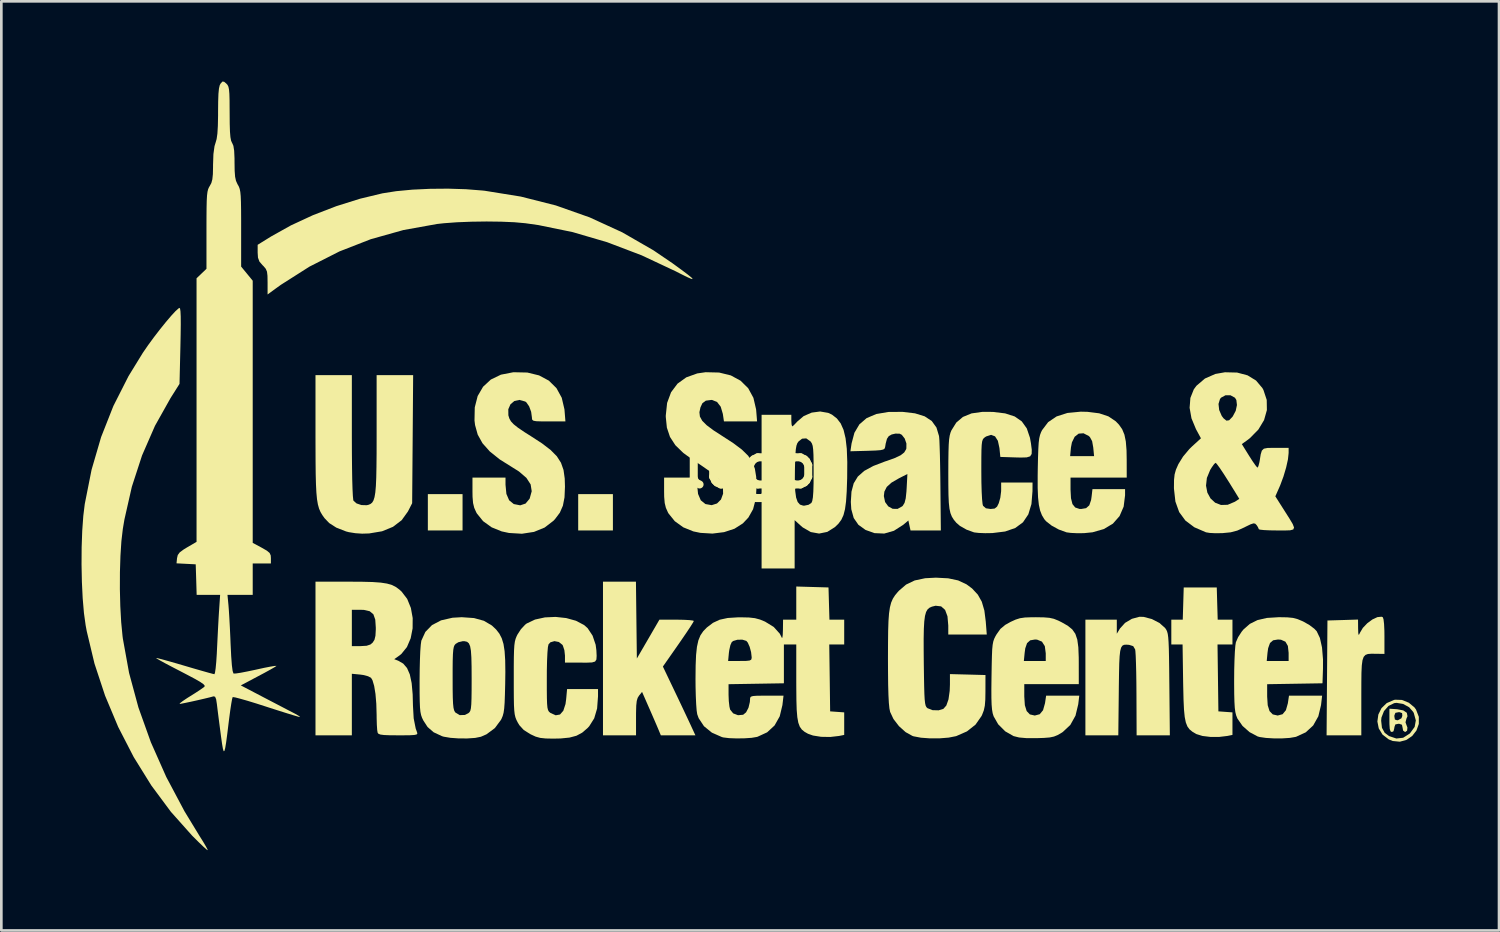
<source format=kicad_pcb>
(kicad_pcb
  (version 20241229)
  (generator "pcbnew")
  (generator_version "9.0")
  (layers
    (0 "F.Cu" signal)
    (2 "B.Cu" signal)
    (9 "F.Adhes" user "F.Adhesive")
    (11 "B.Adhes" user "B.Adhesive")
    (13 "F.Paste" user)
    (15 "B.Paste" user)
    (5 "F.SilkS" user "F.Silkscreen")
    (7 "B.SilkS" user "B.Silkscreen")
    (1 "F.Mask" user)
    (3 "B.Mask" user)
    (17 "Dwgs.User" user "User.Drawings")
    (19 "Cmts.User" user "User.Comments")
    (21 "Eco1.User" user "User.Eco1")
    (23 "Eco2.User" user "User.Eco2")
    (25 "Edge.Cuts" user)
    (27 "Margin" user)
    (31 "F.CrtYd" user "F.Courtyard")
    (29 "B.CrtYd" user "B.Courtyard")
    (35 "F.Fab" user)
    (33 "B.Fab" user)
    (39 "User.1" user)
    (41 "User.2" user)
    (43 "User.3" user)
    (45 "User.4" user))
  (footprint "logo"
    (layer "F.Cu")
    (at 25.005 14.382)
    (property "Reference" "logo" (at 0 0 0) (layer "F.SilkS") (effects (font (size 1.524 1.524) (thickness 0.3))))
    (attr board_only exclude_from_pos_files exclude_from_bom)
    (fp_poly (pts (xy -10.753 2.41) (xy -12.051 2.41) (xy -12.051 1.051) (xy -10.753 1.051)) (stroke (width 0) (type solid)) (fill yes) (layer "F.SilkS"))
    (fp_poly (pts (xy -5.129 2.41) (xy -6.427 2.41) (xy -6.427 1.051) (xy -5.129 1.051)) (stroke (width 0) (type solid)) (fill yes) (layer "F.SilkS"))
    (fp_poly (pts (xy 17.476 5.145) (xy 17.494 5.747) (xy 18.046 5.747) (xy 18.046 6.674) (xy 17.487 6.674) (xy 17.52 9.177) (xy 17.783 9.196) (xy 18.046 9.215) (xy 18.046 10.058) (xy 17.853 10.097) (xy 17.544 10.134) (xy 17.219 10.133) (xy 16.924 10.097) (xy 16.7 10.028) (xy 16.685 10.02) (xy 16.549 9.94) (xy 16.442 9.852) (xy 16.36 9.741) (xy 16.301 9.59) (xy 16.26 9.385) (xy 16.233 9.11) (xy 16.216 8.748) (xy 16.205 8.284) (xy 16.201 8.08) (xy 16.18 6.674) (xy 15.759 6.674) (xy 15.759 5.747) (xy 16.187 5.747) (xy 16.205 5.145) (xy 16.223 4.542) (xy 17.459 4.542)) (stroke (width 0) (type solid)) (fill yes) (layer "F.SilkS"))
    (fp_poly (pts (xy 23.668 5.654) (xy 23.696 5.731) (xy 23.717 5.908) (xy 23.729 6.163) (xy 23.731 6.361) (xy 23.731 7.028) (xy 23.398 7.023) (xy 23.238 7.022) (xy 23.113 7.031) (xy 23.02 7.066) (xy 22.954 7.139) (xy 22.91 7.265) (xy 22.884 7.458) (xy 22.871 7.732) (xy 22.867 8.1) (xy 22.866 8.576) (xy 22.866 8.629) (xy 22.866 10.073) (xy 21.567 10.073) (xy 21.599 5.778) (xy 22.171 5.761) (xy 22.743 5.743) (xy 22.746 6.07) (xy 22.752 6.249) (xy 22.765 6.318) (xy 22.791 6.291) (xy 22.812 6.242) (xy 22.923 6.055) (xy 23.089 5.881) (xy 23.28 5.74) (xy 23.468 5.652) (xy 23.624 5.637)) (stroke (width 0) (type solid)) (fill yes) (layer "F.SilkS"))
    (fp_poly (pts (xy -4.25 5.763) (xy -4.233 7.2) (xy -3.811 6.474) (xy -3.389 5.747) (xy -2.745 5.747) (xy -2.48 5.752) (xy -2.268 5.763) (xy -2.134 5.781) (xy -2.101 5.796) (xy -2.135 5.86) (xy -2.228 6.008) (xy -2.369 6.22) (xy -2.546 6.479) (xy -2.68 6.673) (xy -3.259 7.501) (xy -2.859 8.339) (xy -2.696 8.68) (xy -2.533 9.024) (xy -2.385 9.337) (xy -2.27 9.582) (xy -2.25 9.625) (xy -2.043 10.073) (xy -3.336 10.073) (xy -3.432 9.842) (xy -3.499 9.684) (xy -3.6 9.451) (xy -3.717 9.181) (xy -3.784 9.029) (xy -4.038 8.449) (xy -4.151 8.588) (xy -4.203 8.672) (xy -4.237 8.788) (xy -4.256 8.962) (xy -4.263 9.22) (xy -4.264 9.401) (xy -4.264 10.073) (xy -5.5 10.073) (xy -5.5 4.326) (xy -4.267 4.326)) (stroke (width 0) (type solid)) (fill yes) (layer "F.SilkS"))
    (fp_poly (pts (xy 24.204 9.097) (xy 24.436 9.141) (xy 24.568 9.231) (xy 24.593 9.359) (xy 24.555 9.445) (xy 24.519 9.586) (xy 24.54 9.646) (xy 24.591 9.785) (xy 24.578 9.901) (xy 24.505 9.95) (xy 24.504 9.95) (xy 24.429 9.896) (xy 24.411 9.795) (xy 24.386 9.678) (xy 24.285 9.642) (xy 24.257 9.641) (xy 24.139 9.666) (xy 24.103 9.767) (xy 24.102 9.795) (xy 24.07 9.92) (xy 24.009 9.95) (xy 23.959 9.925) (xy 23.93 9.834) (xy 23.918 9.654) (xy 23.917 9.514) (xy 23.917 9.367) (xy 24.102 9.367) (xy 24.122 9.483) (xy 24.204 9.51) (xy 24.241 9.506) (xy 24.366 9.436) (xy 24.4 9.347) (xy 24.392 9.243) (xy 24.304 9.21) (xy 24.261 9.208) (xy 24.141 9.232) (xy 24.103 9.328) (xy 24.102 9.367) (xy 23.917 9.367) (xy 23.917 9.078)) (stroke (width 0) (type solid)) (fill yes) (layer "F.SilkS"))
    (fp_poly (pts (xy 24.386 8.75) (xy 24.642 8.853) (xy 24.854 9.029) (xy 24.913 9.111) (xy 25.017 9.381) (xy 25.017 9.647) (xy 24.929 9.892) (xy 24.77 10.097) (xy 24.557 10.243) (xy 24.308 10.312) (xy 24.037 10.285) (xy 23.892 10.226) (xy 23.658 10.045) (xy 23.518 9.814) (xy 23.467 9.555) (xy 23.471 9.526) (xy 23.608 9.526) (xy 23.638 9.792) (xy 23.74 9.978) (xy 23.903 10.101) (xy 24.177 10.193) (xy 24.432 10.164) (xy 24.67 10.012) (xy 24.695 9.987) (xy 24.861 9.758) (xy 24.905 9.515) (xy 24.831 9.246) (xy 24.809 9.2) (xy 24.654 9.022) (xy 24.431 8.9) (xy 24.187 8.859) (xy 24.097 8.869) (xy 23.882 8.975) (xy 23.714 9.167) (xy 23.619 9.409) (xy 23.608 9.526) (xy 23.471 9.526) (xy 23.503 9.295) (xy 23.62 9.058) (xy 23.816 8.868) (xy 24.085 8.751) (xy 24.129 8.741)) (stroke (width 0) (type solid)) (fill yes) (layer "F.SilkS"))
    (fp_poly (pts (xy 14.717 5.642) (xy 15.031 5.724) (xy 15.316 5.871) (xy 15.526 6.059) (xy 15.539 6.076) (xy 15.575 6.131) (xy 15.603 6.195) (xy 15.626 6.282) (xy 15.643 6.407) (xy 15.656 6.584) (xy 15.666 6.826) (xy 15.673 7.148) (xy 15.679 7.564) (xy 15.684 8.087) (xy 15.685 8.162) (xy 15.704 10.073) (xy 14.461 10.073) (xy 14.455 8.544) (xy 14.452 8.113) (xy 14.446 7.717) (xy 14.437 7.373) (xy 14.427 7.102) (xy 14.415 6.922) (xy 14.406 6.86) (xy 14.333 6.737) (xy 14.184 6.69) (xy 14.181 6.689) (xy 14.075 6.682) (xy 13.991 6.688) (xy 13.927 6.721) (xy 13.88 6.795) (xy 13.847 6.922) (xy 13.825 7.116) (xy 13.811 7.389) (xy 13.803 7.754) (xy 13.796 8.225) (xy 13.794 8.433) (xy 13.776 10.073) (xy 12.545 10.073) (xy 12.545 5.747) (xy 13.72 5.747) (xy 13.72 6.273) (xy 13.841 6.074) (xy 14.029 5.867) (xy 14.285 5.715) (xy 14.563 5.64)) (stroke (width 0) (type solid)) (fill yes) (layer "F.SilkS"))
    (fp_poly (pts (xy -14.894 -1.108) (xy -14.892 -0.498) (xy -14.887 0.039) (xy -14.88 0.493) (xy -14.869 0.854) (xy -14.856 1.115) (xy -14.841 1.266) (xy -14.833 1.297) (xy -14.718 1.399) (xy -14.536 1.46) (xy -14.338 1.466) (xy -14.272 1.451) (xy -14.196 1.419) (xy -14.134 1.368) (xy -14.085 1.287) (xy -14.046 1.164) (xy -14.016 0.988) (xy -13.995 0.748) (xy -13.981 0.431) (xy -13.973 0.027) (xy -13.968 -0.476) (xy -13.967 -1.09) (xy -13.967 -1.203) (xy -13.967 -3.399) (xy -12.601 -3.399) (xy -12.619 -1.004) (xy -12.638 1.391) (xy -12.796 1.7) (xy -13.03 2.026) (xy -13.355 2.274) (xy -13.763 2.441) (xy -14.248 2.522) (xy -14.511 2.53) (xy -14.761 2.513) (xy -15.006 2.474) (xy -15.11 2.447) (xy -15.474 2.305) (xy -15.742 2.133) (xy -15.916 1.95) (xy -15.998 1.835) (xy -16.066 1.72) (xy -16.121 1.591) (xy -16.164 1.436) (xy -16.197 1.242) (xy -16.22 0.995) (xy -16.236 0.683) (xy -16.246 0.293) (xy -16.251 -0.188) (xy -16.253 -0.772) (xy -16.254 -1.122) (xy -16.254 -3.399) (xy -14.894 -3.399)) (stroke (width 0) (type solid)) (fill yes) (layer "F.SilkS"))
    (fp_poly (pts (xy -10.624 -10.354) (xy -10.004 -10.305) (xy -9.927 -10.297) (xy -8.574 -10.079) (xy -7.263 -9.747) (xy -5.997 -9.3) (xy -4.779 -8.741) (xy -3.614 -8.07) (xy -2.899 -7.584) (xy -2.559 -7.336) (xy -2.321 -7.157) (xy -2.182 -7.043) (xy -2.143 -6.992) (xy -2.202 -7.003) (xy -2.358 -7.071) (xy -2.611 -7.197) (xy -2.781 -7.284) (xy -4.055 -7.882) (xy -5.344 -8.372) (xy -6.635 -8.75) (xy -7.917 -9.013) (xy -8.405 -9.082) (xy -8.814 -9.119) (xy -9.309 -9.14) (xy -9.856 -9.147) (xy -10.418 -9.139) (xy -10.961 -9.118) (xy -11.447 -9.082) (xy -11.705 -9.054) (xy -12.966 -8.827) (xy -14.184 -8.485) (xy -15.356 -8.028) (xy -16.48 -7.458) (xy -17.552 -6.776) (xy -17.752 -6.632) (xy -18.046 -6.417) (xy -18.046 -6.874) (xy -18.05 -7.115) (xy -18.068 -7.269) (xy -18.113 -7.376) (xy -18.194 -7.473) (xy -18.231 -7.509) (xy -18.351 -7.647) (xy -18.405 -7.794) (xy -18.417 -7.981) (xy -18.417 -8.275) (xy -17.907 -8.591) (xy -17.171 -9.002) (xy -16.349 -9.383) (xy -15.475 -9.72) (xy -14.586 -9.999) (xy -13.751 -10.2) (xy -13.234 -10.281) (xy -12.629 -10.338) (xy -11.97 -10.369) (xy -11.291 -10.375)) (stroke (width 0) (type solid)) (fill yes) (layer "F.SilkS"))
    (fp_poly (pts (xy -21.32 -5.889) (xy -21.304 -5.785) (xy -21.295 -5.593) (xy -21.293 -5.305) (xy -21.298 -4.911) (xy -21.306 -4.506) (xy -21.34 -3.073) (xy -21.676 -2.541) (xy -22.258 -1.504) (xy -22.741 -0.397) (xy -23.123 0.774) (xy -23.401 2.001) (xy -23.46 2.348) (xy -23.514 2.81) (xy -23.55 3.362) (xy -23.569 3.973) (xy -23.571 4.61) (xy -23.555 5.243) (xy -23.522 5.839) (xy -23.471 6.366) (xy -23.459 6.458) (xy -23.227 7.738) (xy -22.877 9.032) (xy -22.412 10.332) (xy -21.836 11.63) (xy -21.153 12.916) (xy -20.594 13.834) (xy -20.456 14.054) (xy -20.351 14.232) (xy -20.292 14.345) (xy -20.285 14.373) (xy -20.334 14.34) (xy -20.452 14.234) (xy -20.623 14.07) (xy -20.829 13.865) (xy -20.868 13.826) (xy -21.662 12.935) (xy -22.394 11.949) (xy -23.054 10.886) (xy -23.634 9.76) (xy -24.125 8.589) (xy -24.521 7.389) (xy -24.811 6.175) (xy -24.851 5.96) (xy -24.915 5.499) (xy -24.962 4.946) (xy -24.992 4.332) (xy -25.005 3.686) (xy -25.001 3.04) (xy -24.979 2.423) (xy -24.939 1.866) (xy -24.885 1.424) (xy -24.629 0.136) (xy -24.273 -1.083) (xy -23.814 -2.246) (xy -23.247 -3.364) (xy -22.713 -4.233) (xy -22.517 -4.518) (xy -22.298 -4.817) (xy -22.07 -5.113) (xy -21.849 -5.387) (xy -21.649 -5.622) (xy -21.485 -5.799) (xy -21.371 -5.9) (xy -21.343 -5.916)) (stroke (width 0) (type solid)) (fill yes) (layer "F.SilkS"))
    (fp_poly (pts (xy 2.925 -1.988) (xy 3.066 -1.922) (xy 3.248 -1.78) (xy 3.391 -1.595) (xy 3.499 -1.352) (xy 3.574 -1.039) (xy 3.62 -0.643) (xy 3.638 -0.151) (xy 3.634 0.449) (xy 3.633 0.474) (xy 3.617 0.952) (xy 3.592 1.326) (xy 3.553 1.614) (xy 3.496 1.836) (xy 3.416 2.01) (xy 3.308 2.156) (xy 3.178 2.283) (xy 2.89 2.464) (xy 2.584 2.526) (xy 2.273 2.47) (xy 1.972 2.296) (xy 1.909 2.242) (xy 1.669 2.025) (xy 1.669 3.832) (xy 0.433 3.832) (xy 0.433 0.58) (xy 1.676 0.58) (xy 1.69 0.928) (xy 1.724 1.179) (xy 1.783 1.346) (xy 1.869 1.443) (xy 1.985 1.481) (xy 2.029 1.483) (xy 2.19 1.45) (xy 2.295 1.381) (xy 2.328 1.308) (xy 2.352 1.173) (xy 2.368 0.96) (xy 2.377 0.655) (xy 2.379 0.244) (xy 2.378 -0.142) (xy 2.373 -0.423) (xy 2.362 -0.621) (xy 2.344 -0.754) (xy 2.315 -0.842) (xy 2.275 -0.905) (xy 2.262 -0.921) (xy 2.104 -1.034) (xy 1.948 -1.023) (xy 1.817 -0.921) (xy 1.77 -0.855) (xy 1.737 -0.764) (xy 1.713 -0.626) (xy 1.697 -0.421) (xy 1.686 -0.127) (xy 1.68 0.122) (xy 1.676 0.58) (xy 0.433 0.58) (xy 0.433 -1.916) (xy 1.545 -1.916) (xy 1.545 -1.7) (xy 1.554 -1.556) (xy 1.575 -1.485) (xy 1.58 -1.483) (xy 1.638 -1.526) (xy 1.739 -1.632) (xy 1.765 -1.661) (xy 2.009 -1.869) (xy 2.307 -1.998) (xy 2.623 -2.04)) (stroke (width 0) (type solid)) (fill yes) (layer "F.SilkS"))
    (fp_poly (pts (xy 12.624 -2.027) (xy 13.061 -1.972) (xy 13.406 -1.857) (xy 13.68 -1.673) (xy 13.802 -1.546) (xy 13.922 -1.374) (xy 14.005 -1.173) (xy 14.057 -0.919) (xy 14.084 -0.587) (xy 14.09 -0.232) (xy 14.091 0.433) (xy 11.989 0.433) (xy 11.989 0.882) (xy 12.006 1.205) (xy 12.061 1.424) (xy 12.164 1.551) (xy 12.321 1.604) (xy 12.387 1.607) (xy 12.571 1.576) (xy 12.69 1.471) (xy 12.758 1.273) (xy 12.777 1.143) (xy 12.809 0.865) (xy 14.029 0.865) (xy 14.029 1.097) (xy 13.976 1.519) (xy 13.823 1.873) (xy 13.574 2.155) (xy 13.235 2.358) (xy 12.811 2.479) (xy 12.492 2.511) (xy 12.235 2.513) (xy 12.002 2.502) (xy 11.842 2.481) (xy 11.835 2.479) (xy 11.551 2.376) (xy 11.284 2.23) (xy 11.075 2.066) (xy 11.009 1.99) (xy 10.919 1.84) (xy 10.851 1.665) (xy 10.804 1.448) (xy 10.774 1.171) (xy 10.76 0.816) (xy 10.76 0.365) (xy 10.764 0.083) (xy 10.773 -0.331) (xy 10.775 -0.371) (xy 11.974 -0.371) (xy 12.87 -0.371) (xy 12.839 -0.691) (xy 12.797 -0.929) (xy 12.715 -1.081) (xy 12.67 -1.124) (xy 12.474 -1.225) (xy 12.294 -1.212) (xy 12.144 -1.095) (xy 12.041 -0.885) (xy 12.004 -0.691) (xy 11.974 -0.371) (xy 10.775 -0.371) (xy 10.784 -0.642) (xy 10.798 -0.87) (xy 10.819 -1.037) (xy 10.848 -1.162) (xy 10.887 -1.267) (xy 10.926 -1.344) (xy 11.151 -1.641) (xy 11.467 -1.855) (xy 11.873 -1.985) (xy 12.371 -2.033)) (stroke (width 0) (type solid)) (fill yes) (layer "F.SilkS"))
    (fp_poly (pts (xy -14.511 4.329) (xy -14.119 4.339) (xy -13.814 4.361) (xy -13.579 4.397) (xy -13.395 4.45) (xy -13.246 4.525) (xy -13.112 4.625) (xy -13.035 4.695) (xy -12.824 4.97) (xy -12.686 5.309) (xy -12.618 5.686) (xy -12.621 6.073) (xy -12.693 6.443) (xy -12.833 6.771) (xy -13.041 7.029) (xy -13.116 7.089) (xy -13.309 7.225) (xy -13.159 7.283) (xy -12.973 7.39) (xy -12.83 7.556) (xy -12.726 7.794) (xy -12.657 8.118) (xy -12.619 8.54) (xy -12.608 8.961) (xy -12.581 9.438) (xy -12.506 9.816) (xy -12.453 9.965) (xy -12.444 10.011) (xy -12.472 10.042) (xy -12.558 10.06) (xy -12.719 10.07) (xy -12.976 10.073) (xy -13.15 10.073) (xy -13.472 10.071) (xy -13.691 10.062) (xy -13.827 10.044) (xy -13.901 10.014) (xy -13.929 9.976) (xy -13.946 9.873) (xy -13.959 9.68) (xy -13.966 9.432) (xy -13.967 9.311) (xy -13.979 8.895) (xy -14.01 8.526) (xy -14.059 8.225) (xy -14.123 8.011) (xy -14.177 7.921) (xy -14.289 7.863) (xy -14.471 7.816) (xy -14.58 7.801) (xy -14.894 7.771) (xy -14.894 10.073) (xy -16.254 10.073) (xy -16.254 5.377) (xy -14.894 5.377) (xy -14.894 6.736) (xy -14.564 6.736) (xy -14.341 6.723) (xy -14.199 6.676) (xy -14.116 6.606) (xy -14.048 6.501) (xy -14.011 6.349) (xy -13.998 6.118) (xy -13.998 6.044) (xy -14.018 5.745) (xy -14.088 5.547) (xy -14.225 5.432) (xy -14.443 5.382) (xy -14.592 5.377) (xy -14.894 5.377) (xy -16.254 5.377) (xy -16.254 4.326) (xy -15.009 4.326)) (stroke (width 0) (type solid)) (fill yes) (layer "F.SilkS"))
    (fp_poly (pts (xy 9.087 -2.024) (xy 9.544 -1.969) (xy 9.9 -1.854) (xy 10.165 -1.67) (xy 10.352 -1.408) (xy 10.471 -1.058) (xy 10.508 -0.852) (xy 10.539 -0.609) (xy 10.535 -0.451) (xy 10.478 -0.362) (xy 10.348 -0.323) (xy 10.126 -0.317) (xy 9.927 -0.322) (xy 9.363 -0.34) (xy 9.33 -0.671) (xy 9.271 -0.944) (xy 9.165 -1.11) (xy 9.018 -1.166) (xy 8.834 -1.107) (xy 8.789 -1.078) (xy 8.742 -1.04) (xy 8.707 -0.991) (xy 8.682 -0.914) (xy 8.666 -0.789) (xy 8.657 -0.601) (xy 8.653 -0.33) (xy 8.652 0.04) (xy 8.652 0.193) (xy 8.655 0.607) (xy 8.665 0.961) (xy 8.68 1.239) (xy 8.699 1.422) (xy 8.716 1.487) (xy 8.823 1.581) (xy 8.997 1.607) (xy 9.151 1.591) (xy 9.241 1.519) (xy 9.304 1.392) (xy 9.362 1.189) (xy 9.392 0.953) (xy 9.394 0.898) (xy 9.394 0.618) (xy 10.568 0.618) (xy 10.566 0.942) (xy 10.527 1.423) (xy 10.41 1.809) (xy 10.21 2.105) (xy 9.923 2.317) (xy 9.543 2.449) (xy 9.065 2.508) (xy 9.059 2.508) (xy 8.796 2.512) (xy 8.559 2.503) (xy 8.392 2.484) (xy 8.374 2.48) (xy 8.099 2.38) (xy 7.855 2.242) (xy 7.717 2.123) (xy 7.622 2.008) (xy 7.55 1.893) (xy 7.497 1.76) (xy 7.46 1.592) (xy 7.436 1.369) (xy 7.423 1.075) (xy 7.418 0.692) (xy 7.417 0.266) (xy 7.419 -0.189) (xy 7.424 -0.539) (xy 7.433 -0.801) (xy 7.447 -0.995) (xy 7.469 -1.138) (xy 7.499 -1.249) (xy 7.532 -1.331) (xy 7.715 -1.625) (xy 7.963 -1.836) (xy 8.288 -1.969) (xy 8.698 -2.027)) (stroke (width 0) (type solid)) (fill yes) (layer "F.SilkS"))
    (fp_poly (pts (xy 20.097 5.66) (xy 20.307 5.681) (xy 20.483 5.727) (xy 20.669 5.805) (xy 20.717 5.829) (xy 20.928 5.95) (xy 21.109 6.087) (xy 21.197 6.18) (xy 21.317 6.432) (xy 21.396 6.787) (xy 21.433 7.232) (xy 21.432 7.582) (xy 21.414 8.127) (xy 20.379 8.144) (xy 19.344 8.161) (xy 19.344 8.623) (xy 19.365 8.948) (xy 19.433 9.167) (xy 19.554 9.291) (xy 19.734 9.332) (xy 19.741 9.332) (xy 19.921 9.284) (xy 20.045 9.134) (xy 20.118 8.877) (xy 20.119 8.868) (xy 20.161 8.59) (xy 21.4 8.59) (xy 21.359 8.942) (xy 21.258 9.363) (xy 21.066 9.704) (xy 20.788 9.961) (xy 20.428 10.127) (xy 20.401 10.134) (xy 20.188 10.17) (xy 19.905 10.188) (xy 19.595 10.188) (xy 19.301 10.171) (xy 19.066 10.137) (xy 18.988 10.115) (xy 18.687 9.955) (xy 18.423 9.722) (xy 18.236 9.453) (xy 18.226 9.432) (xy 18.184 9.326) (xy 18.154 9.204) (xy 18.133 9.044) (xy 18.12 8.829) (xy 18.112 8.536) (xy 18.109 8.146) (xy 18.109 8.003) (xy 18.112 7.617) (xy 18.121 7.292) (xy 19.328 7.292) (xy 20.147 7.292) (xy 20.147 6.988) (xy 20.119 6.73) (xy 20.027 6.571) (xy 19.861 6.497) (xy 19.748 6.489) (xy 19.567 6.519) (xy 19.45 6.621) (xy 19.381 6.814) (xy 19.357 6.986) (xy 19.328 7.292) (xy 18.121 7.292) (xy 18.122 7.258) (xy 18.136 6.951) (xy 18.154 6.72) (xy 18.174 6.593) (xy 18.257 6.403) (xy 18.39 6.197) (xy 18.455 6.117) (xy 18.696 5.905) (xy 18.982 5.763) (xy 19.335 5.682) (xy 19.779 5.655) (xy 19.807 5.655)) (stroke (width 0) (type solid)) (fill yes) (layer "F.SilkS"))
    (fp_poly (pts (xy -1.157 -3.497) (xy -0.719 -3.39) (xy -0.354 -3.192) (xy -0.069 -2.911) (xy 0.127 -2.551) (xy 0.227 -2.12) (xy 0.232 -2.068) (xy 0.264 -1.669) (xy -0.975 -1.669) (xy -1.017 -1.951) (xy -1.096 -2.218) (xy -1.232 -2.395) (xy -1.415 -2.47) (xy -1.447 -2.472) (xy -1.654 -2.445) (xy -1.782 -2.348) (xy -1.854 -2.194) (xy -1.893 -2.013) (xy -1.875 -1.851) (xy -1.788 -1.693) (xy -1.621 -1.526) (xy -1.363 -1.333) (xy -1.042 -1.126) (xy -0.623 -0.854) (xy -0.305 -0.615) (xy -0.073 -0.388) (xy 0.085 -0.156) (xy 0.182 0.103) (xy 0.231 0.405) (xy 0.245 0.771) (xy 0.245 0.773) (xy 0.214 1.238) (xy 0.114 1.616) (xy -0.061 1.927) (xy -0.267 2.145) (xy -0.58 2.345) (xy -0.969 2.473) (xy -1.405 2.527) (xy -1.858 2.5) (xy -2.121 2.445) (xy -2.496 2.293) (xy -2.815 2.063) (xy -3.047 1.776) (xy -3.07 1.736) (xy -3.147 1.564) (xy -3.191 1.384) (xy -3.211 1.152) (xy -3.214 0.948) (xy -3.214 0.433) (xy -1.978 0.433) (xy -1.978 0.701) (xy -1.944 1.043) (xy -1.842 1.282) (xy -1.671 1.42) (xy -1.666 1.423) (xy -1.434 1.464) (xy -1.235 1.401) (xy -1.086 1.252) (xy -1.007 1.035) (xy -1.013 0.785) (xy -1.058 0.65) (xy -1.148 0.514) (xy -1.297 0.365) (xy -1.519 0.189) (xy -1.827 -0.025) (xy -2.084 -0.193) (xy -2.493 -0.487) (xy -2.793 -0.779) (xy -2.994 -1.089) (xy -3.11 -1.435) (xy -3.151 -1.836) (xy -3.151 -1.889) (xy -3.101 -2.361) (xy -2.953 -2.76) (xy -2.712 -3.081) (xy -2.384 -3.317) (xy -1.973 -3.464) (xy -1.66 -3.509)) (stroke (width 0) (type solid)) (fill yes) (layer "F.SilkS"))
    (fp_poly (pts (xy 6.171 -1.971) (xy 6.533 -1.859) (xy 6.798 -1.684) (xy 6.974 -1.44) (xy 7.069 -1.123) (xy 7.074 -1.084) (xy 7.084 -0.955) (xy 7.093 -0.722) (xy 7.103 -0.405) (xy 7.111 -0.023) (xy 7.118 0.404) (xy 7.122 0.788) (xy 7.138 2.41) (xy 6.004 2.41) (xy 5.963 2.224) (xy 5.923 2.037) (xy 5.727 2.202) (xy 5.383 2.422) (xy 5.021 2.526) (xy 4.653 2.51) (xy 4.32 2.39) (xy 4.054 2.198) (xy 3.879 1.945) (xy 3.788 1.616) (xy 3.771 1.342) (xy 3.785 1.124) (xy 5.006 1.124) (xy 5.052 1.346) (xy 5.171 1.509) (xy 5.336 1.6) (xy 5.519 1.604) (xy 5.693 1.507) (xy 5.718 1.481) (xy 5.781 1.376) (xy 5.824 1.21) (xy 5.851 0.957) (xy 5.859 0.827) (xy 5.887 0.299) (xy 5.573 0.458) (xy 5.292 0.621) (xy 5.115 0.781) (xy 5.026 0.956) (xy 5.006 1.124) (xy 3.785 1.124) (xy 3.795 0.959) (xy 3.878 0.648) (xy 4.033 0.394) (xy 4.272 0.182) (xy 4.608 -0.001) (xy 5.054 -0.172) (xy 5.099 -0.186) (xy 5.418 -0.3) (xy 5.635 -0.403) (xy 5.768 -0.508) (xy 5.838 -0.625) (xy 5.848 -0.658) (xy 5.85 -0.843) (xy 5.786 -1.029) (xy 5.677 -1.168) (xy 5.598 -1.209) (xy 5.44 -1.213) (xy 5.299 -1.18) (xy 5.192 -1.12) (xy 5.123 -1.019) (xy 5.076 -0.844) (xy 5.054 -0.711) (xy 5.036 -0.655) (xy 4.985 -0.618) (xy 4.881 -0.594) (xy 4.7 -0.58) (xy 4.419 -0.57) (xy 4.395 -0.569) (xy 3.755 -0.552) (xy 3.799 -0.846) (xy 3.905 -1.244) (xy 4.091 -1.559) (xy 4.362 -1.792) (xy 4.722 -1.945) (xy 5.174 -2.022) (xy 5.705 -2.026)) (stroke (width 0) (type solid)) (fill yes) (layer "F.SilkS"))
    (fp_poly (pts (xy 10.99 5.661) (xy 11.199 5.678) (xy 11.365 5.715) (xy 11.53 5.781) (xy 11.655 5.843) (xy 11.885 5.974) (xy 12.053 6.111) (xy 12.169 6.277) (xy 12.242 6.493) (xy 12.281 6.78) (xy 12.296 7.161) (xy 12.297 7.339) (xy 12.298 8.158) (xy 10.259 8.158) (xy 10.259 8.621) (xy 10.28 8.946) (xy 10.348 9.166) (xy 10.468 9.291) (xy 10.647 9.332) (xy 10.656 9.332) (xy 10.837 9.284) (xy 10.961 9.134) (xy 11.033 8.877) (xy 11.035 8.868) (xy 11.076 8.59) (xy 12.316 8.59) (xy 12.277 8.913) (xy 12.175 9.337) (xy 11.981 9.685) (xy 11.698 9.95) (xy 11.653 9.979) (xy 11.504 10.065) (xy 11.368 10.12) (xy 11.211 10.153) (xy 10.997 10.17) (xy 10.729 10.179) (xy 10.348 10.179) (xy 10.066 10.154) (xy 9.861 10.103) (xy 9.858 10.102) (xy 9.544 9.923) (xy 9.282 9.66) (xy 9.112 9.361) (xy 9.077 9.25) (xy 9.053 9.11) (xy 9.037 8.925) (xy 9.029 8.674) (xy 9.028 8.339) (xy 9.033 7.901) (xy 9.034 7.843) (xy 9.041 7.417) (xy 9.044 7.292) (xy 10.243 7.292) (xy 11.062 7.292) (xy 11.062 7.004) (xy 11.027 6.737) (xy 10.92 6.569) (xy 10.738 6.494) (xy 10.659 6.489) (xy 10.48 6.52) (xy 10.363 6.624) (xy 10.296 6.819) (xy 10.273 6.986) (xy 10.243 7.292) (xy 9.044 7.292) (xy 9.049 7.096) (xy 9.059 6.859) (xy 9.076 6.687) (xy 9.1 6.561) (xy 9.134 6.461) (xy 9.18 6.368) (xy 9.224 6.293) (xy 9.368 6.091) (xy 9.548 5.941) (xy 9.749 5.829) (xy 9.934 5.745) (xy 10.098 5.693) (xy 10.283 5.666) (xy 10.528 5.657) (xy 10.698 5.656)) (stroke (width 0) (type solid)) (fill yes) (layer "F.SilkS"))
    (fp_poly (pts (xy -6.875 5.687) (xy -6.51 5.788) (xy -6.209 5.947) (xy -6.075 6.064) (xy -5.889 6.345) (xy -5.774 6.685) (xy -5.747 6.891) (xy -5.737 7.103) (xy -5.746 7.238) (xy -5.796 7.314) (xy -5.909 7.347) (xy -6.105 7.355) (xy -6.335 7.354) (xy -6.922 7.354) (xy -6.922 7.09) (xy -6.944 6.889) (xy -7 6.719) (xy -7.018 6.688) (xy -7.151 6.582) (xy -7.316 6.55) (xy -7.467 6.594) (xy -7.537 6.67) (xy -7.56 6.774) (xy -7.578 6.984) (xy -7.592 7.283) (xy -7.6 7.655) (xy -7.601 7.965) (xy -7.601 8.373) (xy -7.598 8.676) (xy -7.591 8.891) (xy -7.578 9.035) (xy -7.556 9.126) (xy -7.525 9.183) (xy -7.482 9.223) (xy -7.464 9.236) (xy -7.269 9.324) (xy -7.108 9.295) (xy -6.984 9.154) (xy -6.902 8.904) (xy -6.877 8.718) (xy -6.843 8.343) (xy -5.686 8.343) (xy -5.686 8.618) (xy -5.72 9.071) (xy -5.828 9.437) (xy -6.014 9.733) (xy -6.08 9.804) (xy -6.278 9.974) (xy -6.493 10.089) (xy -6.752 10.158) (xy -7.085 10.191) (xy -7.363 10.197) (xy -7.645 10.191) (xy -7.849 10.169) (xy -8.019 10.122) (xy -8.198 10.039) (xy -8.223 10.026) (xy -8.465 9.873) (xy -8.629 9.693) (xy -8.694 9.584) (xy -8.741 9.49) (xy -8.776 9.397) (xy -8.802 9.286) (xy -8.819 9.14) (xy -8.83 8.939) (xy -8.835 8.666) (xy -8.837 8.301) (xy -8.837 7.945) (xy -8.837 7.496) (xy -8.834 7.153) (xy -8.827 6.896) (xy -8.815 6.707) (xy -8.796 6.568) (xy -8.768 6.461) (xy -8.73 6.366) (xy -8.698 6.302) (xy -8.57 6.105) (xy -8.413 5.936) (xy -8.355 5.891) (xy -8.043 5.743) (xy -7.671 5.662) (xy -7.272 5.644)) (stroke (width 0) (type solid)) (fill yes) (layer "F.SilkS"))
    (fp_poly (pts (xy -8.33 -3.497) (xy -7.891 -3.39) (xy -7.525 -3.194) (xy -7.24 -2.913) (xy -7.043 -2.554) (xy -6.942 -2.123) (xy -6.937 -2.068) (xy -6.905 -1.669) (xy -7.531 -1.669) (xy -7.814 -1.67) (xy -7.996 -1.676) (xy -8.098 -1.694) (xy -8.145 -1.728) (xy -8.157 -1.783) (xy -8.158 -1.814) (xy -8.187 -2.028) (xy -8.263 -2.233) (xy -8.365 -2.38) (xy -8.407 -2.412) (xy -8.625 -2.473) (xy -8.815 -2.432) (xy -8.961 -2.308) (xy -9.042 -2.123) (xy -9.039 -1.896) (xy -9.001 -1.774) (xy -8.942 -1.67) (xy -8.84 -1.561) (xy -8.679 -1.433) (xy -8.44 -1.271) (xy -8.198 -1.118) (xy -7.778 -0.845) (xy -7.459 -0.6) (xy -7.227 -0.366) (xy -7.071 -0.123) (xy -6.976 0.148) (xy -6.931 0.467) (xy -6.922 0.773) (xy -6.939 1.173) (xy -7 1.486) (xy -7.114 1.746) (xy -7.293 1.984) (xy -7.353 2.048) (xy -7.682 2.301) (xy -8.081 2.464) (xy -8.532 2.533) (xy -9.017 2.504) (xy -9.29 2.445) (xy -9.665 2.293) (xy -9.984 2.063) (xy -10.216 1.776) (xy -10.239 1.736) (xy -10.316 1.564) (xy -10.36 1.384) (xy -10.379 1.152) (xy -10.382 0.948) (xy -10.382 0.433) (xy -9.146 0.433) (xy -9.146 0.701) (xy -9.113 1.043) (xy -9.01 1.282) (xy -8.84 1.42) (xy -8.835 1.423) (xy -8.595 1.47) (xy -8.396 1.404) (xy -8.248 1.227) (xy -8.24 1.21) (xy -8.166 0.942) (xy -8.206 0.688) (xy -8.365 0.443) (xy -8.643 0.204) (xy -8.877 0.057) (xy -9.362 -0.247) (xy -9.735 -0.546) (xy -10.006 -0.851) (xy -10.186 -1.175) (xy -10.285 -1.532) (xy -10.306 -1.703) (xy -10.296 -2.194) (xy -10.188 -2.617) (xy -9.985 -2.966) (xy -9.694 -3.235) (xy -9.318 -3.417) (xy -8.863 -3.506) (xy -8.835 -3.508)) (stroke (width 0) (type solid)) (fill yes) (layer "F.SilkS"))
    (fp_poly (pts (xy 7.413 4.2) (xy 7.785 4.279) (xy 8.094 4.423) (xy 8.306 4.58) (xy 8.521 4.811) (xy 8.67 5.076) (xy 8.766 5.406) (xy 8.818 5.817) (xy 8.856 6.304) (xy 7.416 6.304) (xy 7.416 5.968) (xy 7.386 5.621) (xy 7.297 5.382) (xy 7.149 5.25) (xy 6.943 5.226) (xy 6.801 5.261) (xy 6.711 5.302) (xy 6.64 5.365) (xy 6.585 5.462) (xy 6.545 5.607) (xy 6.518 5.812) (xy 6.502 6.091) (xy 6.495 6.457) (xy 6.496 6.923) (xy 6.5 7.375) (xy 6.507 7.862) (xy 6.514 8.24) (xy 6.522 8.524) (xy 6.533 8.729) (xy 6.549 8.87) (xy 6.569 8.96) (xy 6.596 9.016) (xy 6.631 9.052) (xy 6.64 9.059) (xy 6.827 9.132) (xy 7.053 9.138) (xy 7.232 9.084) (xy 7.343 8.959) (xy 7.424 8.729) (xy 7.469 8.41) (xy 7.478 8.171) (xy 7.478 7.783) (xy 8.142 7.8) (xy 8.807 7.818) (xy 8.806 8.436) (xy 8.801 8.744) (xy 8.783 8.965) (xy 8.746 9.138) (xy 8.685 9.297) (xy 8.659 9.353) (xy 8.435 9.673) (xy 8.115 9.926) (xy 7.715 10.102) (xy 7.704 10.105) (xy 7.43 10.159) (xy 7.091 10.186) (xy 6.73 10.187) (xy 6.393 10.162) (xy 6.122 10.111) (xy 6.076 10.096) (xy 5.82 9.954) (xy 5.571 9.73) (xy 5.365 9.462) (xy 5.241 9.198) (xy 5.214 9.065) (xy 5.193 8.857) (xy 5.178 8.566) (xy 5.167 8.179) (xy 5.162 7.688) (xy 5.16 7.2) (xy 5.162 6.63) (xy 5.167 6.17) (xy 5.179 5.802) (xy 5.2 5.513) (xy 5.233 5.287) (xy 5.279 5.109) (xy 5.342 4.964) (xy 5.424 4.836) (xy 5.527 4.712) (xy 5.571 4.664) (xy 5.839 4.434) (xy 6.16 4.28) (xy 6.552 4.197) (xy 6.953 4.176)) (stroke (width 0) (type solid)) (fill yes) (layer "F.SilkS"))
    (fp_poly (pts (xy -10.325 5.687) (xy -9.955 5.789) (xy -9.655 5.966) (xy -9.496 6.116) (xy -9.377 6.269) (xy -9.287 6.443) (xy -9.222 6.655) (xy -9.18 6.924) (xy -9.158 7.266) (xy -9.152 7.7) (xy -9.158 8.149) (xy -9.168 8.551) (xy -9.179 8.85) (xy -9.195 9.068) (xy -9.218 9.228) (xy -9.251 9.35) (xy -9.296 9.456) (xy -9.318 9.498) (xy -9.545 9.803) (xy -9.857 10.035) (xy -10.067 10.127) (xy -10.282 10.17) (xy -10.573 10.19) (xy -10.896 10.189) (xy -11.205 10.167) (xy -11.455 10.125) (xy -11.522 10.105) (xy -11.835 9.959) (xy -12.061 9.763) (xy -12.221 9.516) (xy -12.269 9.416) (xy -12.304 9.315) (xy -12.329 9.193) (xy -12.345 9.031) (xy -12.354 8.808) (xy -12.359 8.506) (xy -12.36 8.104) (xy -12.36 8.006) (xy -12.359 7.931) (xy -11.124 7.931) (xy -11.123 8.35) (xy -11.118 8.663) (xy -11.108 8.887) (xy -11.092 9.041) (xy -11.068 9.14) (xy -11.035 9.203) (xy -11.022 9.219) (xy -10.858 9.318) (xy -10.664 9.311) (xy -10.533 9.244) (xy -10.492 9.206) (xy -10.461 9.15) (xy -10.44 9.058) (xy -10.426 8.912) (xy -10.418 8.697) (xy -10.414 8.394) (xy -10.413 7.985) (xy -10.413 7.956) (xy -10.415 7.503) (xy -10.423 7.159) (xy -10.44 6.909) (xy -10.47 6.739) (xy -10.517 6.632) (xy -10.583 6.575) (xy -10.672 6.554) (xy -10.741 6.551) (xy -10.909 6.591) (xy -11.011 6.653) (xy -11.051 6.699) (xy -11.08 6.768) (xy -11.1 6.876) (xy -11.113 7.041) (xy -11.121 7.282) (xy -11.124 7.615) (xy -11.124 7.931) (xy -12.359 7.931) (xy -12.356 7.61) (xy -12.347 7.243) (xy -12.334 6.926) (xy -12.316 6.685) (xy -12.296 6.541) (xy -12.295 6.534) (xy -12.144 6.205) (xy -11.896 5.95) (xy -11.557 5.773) (xy -11.13 5.675) (xy -10.784 5.655)) (stroke (width 0) (type solid)) (fill yes) (layer "F.SilkS"))
    (fp_poly (pts (xy 2.936 4.542) (xy 2.953 5.145) (xy 2.971 5.747) (xy 3.523 5.747) (xy 3.523 6.674) (xy 2.964 6.674) (xy 2.981 7.926) (xy 2.997 9.177) (xy 3.26 9.196) (xy 3.523 9.215) (xy 3.523 10.058) (xy 3.33 10.097) (xy 3 10.135) (xy 2.66 10.129) (xy 2.356 10.081) (xy 2.169 10.015) (xy 2.039 9.941) (xy 1.938 9.858) (xy 1.861 9.749) (xy 1.806 9.6) (xy 1.769 9.395) (xy 1.746 9.119) (xy 1.735 8.757) (xy 1.731 8.293) (xy 1.73 8.071) (xy 1.73 6.674) (xy 1.499 6.674) (xy 1.267 6.674) (xy 1.267 8.127) (xy 0.232 8.144) (xy -0.803 8.161) (xy -0.803 8.557) (xy -0.794 8.792) (xy -0.77 8.999) (xy -0.744 9.11) (xy -0.63 9.252) (xy -0.449 9.321) (xy -0.257 9.304) (xy -0.147 9.213) (xy -0.057 9.04) (xy -0.006 8.827) (xy 0 8.736) (xy 0.005 8.67) (xy 0.034 8.628) (xy 0.11 8.604) (xy 0.255 8.593) (xy 0.492 8.59) (xy 0.627 8.59) (xy 1.253 8.59) (xy 1.212 8.942) (xy 1.111 9.363) (xy 0.919 9.704) (xy 0.641 9.961) (xy 0.281 10.127) (xy 0.254 10.134) (xy 0.06 10.167) (xy -0.207 10.185) (xy -0.501 10.189) (xy -0.779 10.179) (xy -0.995 10.153) (xy -1.051 10.139) (xy -1.427 9.973) (xy -1.722 9.733) (xy -1.921 9.433) (xy -1.975 9.284) (xy -1.996 9.146) (xy -2.014 8.911) (xy -2.028 8.604) (xy -2.037 8.25) (xy -2.039 7.968) (xy -2.034 7.467) (xy -2.027 7.292) (xy -0.819 7.292) (xy -0.379 7.292) (xy -0.15 7.29) (xy -0.018 7.276) (xy 0.044 7.244) (xy 0.061 7.183) (xy 0.062 7.153) (xy 0.04 6.962) (xy -0.013 6.764) (xy -0.084 6.605) (xy -0.138 6.541) (xy -0.287 6.495) (xy -0.471 6.498) (xy -0.629 6.544) (xy -0.682 6.584) (xy -0.734 6.699) (xy -0.776 6.884) (xy -0.79 6.986) (xy -0.819 7.292) (xy -2.027 7.292) (xy -2.018 7.071) (xy -1.985 6.762) (xy -1.932 6.523) (xy -1.855 6.334) (xy -1.749 6.178) (xy -1.615 6.04) (xy -1.385 5.865) (xy -1.135 5.749) (xy -0.835 5.684) (xy -0.454 5.66) (xy -0.34 5.659) (xy -0.039 5.666) (xy 0.183 5.691) (xy 0.373 5.742) (xy 0.562 5.82) (xy 0.887 6.02) (xy 1.114 6.272) (xy 1.191 6.427) (xy 1.21 6.421) (xy 1.224 6.314) (xy 1.231 6.134) (xy 1.236 5.747) (xy 1.73 5.747) (xy 1.73 4.507)) (stroke (width 0) (type solid)) (fill yes) (layer "F.SilkS"))
    (fp_poly (pts (xy 18.22 -3.496) (xy 18.611 -3.392) (xy 18.929 -3.197) (xy 19.165 -2.917) (xy 19.205 -2.845) (xy 19.328 -2.473) (xy 19.334 -2.093) (xy 19.228 -1.718) (xy 19.015 -1.364) (xy 18.698 -1.042) (xy 18.576 -0.949) (xy 18.396 -0.821) (xy 18.669 -0.382) (xy 18.798 -0.181) (xy 18.905 -0.028) (xy 18.972 0.053) (xy 18.983 0.059) (xy 19.016 0.006) (xy 19.052 -0.13) (xy 19.065 -0.201) (xy 19.102 -0.434) (xy 19.145 -0.576) (xy 19.221 -0.649) (xy 19.357 -0.676) (xy 19.582 -0.68) (xy 19.657 -0.68) (xy 20.147 -0.68) (xy 20.147 -0.488) (xy 20.122 -0.251) (xy 20.054 0.055) (xy 19.954 0.392) (xy 19.833 0.718) (xy 19.803 0.788) (xy 19.65 1.134) (xy 19.989 1.668) (xy 20.178 1.965) (xy 20.3 2.17) (xy 20.35 2.3) (xy 20.321 2.373) (xy 20.207 2.404) (xy 20.003 2.411) (xy 19.721 2.41) (xy 19.446 2.406) (xy 19.223 2.396) (xy 19.077 2.38) (xy 19.033 2.364) (xy 18.997 2.282) (xy 18.949 2.209) (xy 18.897 2.156) (xy 18.833 2.145) (xy 18.725 2.18) (xy 18.545 2.267) (xy 18.489 2.296) (xy 18.226 2.415) (xy 17.979 2.48) (xy 17.682 2.509) (xy 17.662 2.51) (xy 17.415 2.514) (xy 17.199 2.503) (xy 17.059 2.48) (xy 17.057 2.48) (xy 16.62 2.291) (xy 16.287 2.041) (xy 16.053 1.723) (xy 15.912 1.329) (xy 15.858 0.85) (xy 15.857 0.803) (xy 15.858 0.734) (xy 17.057 0.734) (xy 17.107 0.995) (xy 17.226 1.213) (xy 17.4 1.373) (xy 17.618 1.457) (xy 17.867 1.45) (xy 18.134 1.337) (xy 18.149 1.328) (xy 18.301 1.228) (xy 18.158 0.994) (xy 17.923 0.614) (xy 17.725 0.303) (xy 17.569 0.07) (xy 17.463 -0.074) (xy 17.415 -0.121) (xy 17.361 -0.074) (xy 17.273 0.049) (xy 17.214 0.144) (xy 17.089 0.445) (xy 17.057 0.734) (xy 15.858 0.734) (xy 15.86 0.521) (xy 15.882 0.315) (xy 15.931 0.138) (xy 16.017 -0.057) (xy 16.025 -0.074) (xy 16.198 -0.354) (xy 16.432 -0.633) (xy 16.532 -0.731) (xy 16.867 -1.037) (xy 16.681 -1.38) (xy 16.513 -1.784) (xy 16.443 -2.179) (xy 16.455 -2.322) (xy 17.524 -2.322) (xy 17.549 -2.096) (xy 17.645 -1.874) (xy 17.714 -1.783) (xy 17.821 -1.697) (xy 17.92 -1.711) (xy 18.037 -1.831) (xy 18.059 -1.859) (xy 18.168 -2.065) (xy 18.214 -2.282) (xy 18.192 -2.469) (xy 18.14 -2.554) (xy 17.973 -2.646) (xy 17.784 -2.646) (xy 17.621 -2.558) (xy 17.58 -2.507) (xy 17.524 -2.322) (xy 16.455 -2.322) (xy 16.472 -2.547) (xy 16.6 -2.868) (xy 16.699 -3.002) (xy 17.017 -3.273) (xy 17.406 -3.444) (xy 17.766 -3.507)) (stroke (width 0) (type solid)) (fill yes) (layer "F.SilkS"))
    (fp_poly (pts (xy -19.67 -14.373) (xy -19.592 -14.308) (xy -19.545 -14.257) (xy -19.511 -14.188) (xy -19.489 -14.083) (xy -19.475 -13.921) (xy -19.468 -13.682) (xy -19.466 -13.346) (xy -19.465 -13.2) (xy -19.462 -12.801) (xy -19.453 -12.508) (xy -19.436 -12.303) (xy -19.411 -12.17) (xy -19.376 -12.09) (xy -19.372 -12.086) (xy -19.325 -11.978) (xy -19.296 -11.794) (xy -19.283 -11.513) (xy -19.282 -11.344) (xy -19.277 -11.037) (xy -19.261 -10.822) (xy -19.228 -10.669) (xy -19.174 -10.547) (xy -19.158 -10.52) (xy -19.118 -10.447) (xy -19.088 -10.363) (xy -19.066 -10.251) (xy -19.051 -10.095) (xy -19.042 -9.876) (xy -19.037 -9.579) (xy -19.035 -9.185) (xy -19.035 -8.889) (xy -19.035 -7.46) (xy -18.818 -7.196) (xy -18.602 -6.932) (xy -18.602 2.874) (xy -18.262 3.057) (xy -18.073 3.166) (xy -17.971 3.251) (xy -17.929 3.343) (xy -17.922 3.443) (xy -17.922 3.646) (xy -18.602 3.646) (xy -18.602 4.82) (xy -19.546 4.82) (xy -19.509 5.207) (xy -19.494 5.401) (xy -19.476 5.688) (xy -19.457 6.037) (xy -19.439 6.418) (xy -19.429 6.665) (xy -19.407 7.114) (xy -19.382 7.448) (xy -19.354 7.664) (xy -19.322 7.759) (xy -19.317 7.763) (xy -19.233 7.76) (xy -19.054 7.733) (xy -18.805 7.685) (xy -18.51 7.623) (xy -18.456 7.611) (xy -18.169 7.548) (xy -17.936 7.503) (xy -17.778 7.477) (xy -17.715 7.476) (xy -17.717 7.48) (xy -17.789 7.527) (xy -17.947 7.618) (xy -18.167 7.739) (xy -18.408 7.867) (xy -19.047 8.206) (xy -18.16 8.67) (xy -17.838 8.838) (xy -17.535 8.996) (xy -17.277 9.131) (xy -17.088 9.229) (xy -17.026 9.261) (xy -16.893 9.336) (xy -16.834 9.382) (xy -16.841 9.39) (xy -16.916 9.371) (xy -17.09 9.32) (xy -17.344 9.242) (xy -17.66 9.142) (xy -18.019 9.027) (xy -18.108 8.998) (xy -18.472 8.881) (xy -18.796 8.782) (xy -19.062 8.706) (xy -19.25 8.657) (xy -19.345 8.642) (xy -19.352 8.644) (xy -19.373 8.716) (xy -19.404 8.888) (xy -19.442 9.137) (xy -19.482 9.438) (xy -19.496 9.548) (xy -19.551 9.998) (xy -19.595 10.33) (xy -19.631 10.549) (xy -19.661 10.659) (xy -19.689 10.667) (xy -19.717 10.575) (xy -19.749 10.391) (xy -19.787 10.117) (xy -19.797 10.043) (xy -19.841 9.706) (xy -19.883 9.382) (xy -19.918 9.106) (xy -19.941 8.915) (xy -19.941 8.913) (xy -19.971 8.721) (xy -20.01 8.63) (xy -20.068 8.615) (xy -20.078 8.618) (xy -20.212 8.654) (xy -20.416 8.703) (xy -20.657 8.759) (xy -20.904 8.814) (xy -21.122 8.86) (xy -21.279 8.891) (xy -21.337 8.899) (xy -21.322 8.87) (xy -21.22 8.792) (xy -21.05 8.678) (xy -20.949 8.615) (xy -20.73 8.477) (xy -20.547 8.356) (xy -20.428 8.272) (xy -20.407 8.255) (xy -20.398 8.216) (xy -20.445 8.16) (xy -20.562 8.079) (xy -20.76 7.964) (xy -21.05 7.81) (xy -21.282 7.689) (xy -21.591 7.529) (xy -21.857 7.389) (xy -22.06 7.278) (xy -22.186 7.205) (xy -22.218 7.18) (xy -22.156 7.19) (xy -21.994 7.231) (xy -21.752 7.298) (xy -21.45 7.384) (xy -21.144 7.474) (xy -20.801 7.575) (xy -20.498 7.662) (xy -20.255 7.731) (xy -20.094 7.774) (xy -20.034 7.787) (xy -20.013 7.729) (xy -19.989 7.568) (xy -19.966 7.328) (xy -19.946 7.028) (xy -19.939 6.875) (xy -19.92 6.49) (xy -19.9 6.091) (xy -19.88 5.722) (xy -19.862 5.426) (xy -19.859 5.392) (xy -19.821 4.82) (xy -20.699 4.82) (xy -20.716 4.249) (xy -20.734 3.677) (xy -21.452 3.64) (xy -21.433 3.446) (xy -21.405 3.328) (xy -21.331 3.229) (xy -21.186 3.122) (xy -21.059 3.044) (xy -20.703 2.837) (xy -20.703 -7.022) (xy -20.332 -7.377) (xy -20.332 -8.834) (xy -20.331 -9.299) (xy -20.328 -9.657) (xy -20.322 -9.925) (xy -20.311 -10.119) (xy -20.294 -10.256) (xy -20.27 -10.354) (xy -20.238 -10.427) (xy -20.209 -10.475) (xy -20.149 -10.587) (xy -20.112 -10.724) (xy -20.092 -10.918) (xy -20.086 -11.198) (xy -20.086 -11.265) (xy -20.072 -11.669) (xy -20.031 -11.965) (xy -19.992 -12.092) (xy -19.952 -12.231) (xy -19.923 -12.435) (xy -19.906 -12.721) (xy -19.898 -13.107) (xy -19.898 -13.248) (xy -19.894 -13.638) (xy -19.884 -13.922) (xy -19.865 -14.117) (xy -19.837 -14.241) (xy -19.806 -14.302) (xy -19.734 -14.382)) (stroke (width 0) (type solid)) (fill yes) (layer "F.SilkS")))
  (gr_rect
    (start -3 -3)
    (end 53.022 31.754)
    (stroke (width 0.1) (type default))
    (fill no)
    (layer "Edge.Cuts")))
</source>
